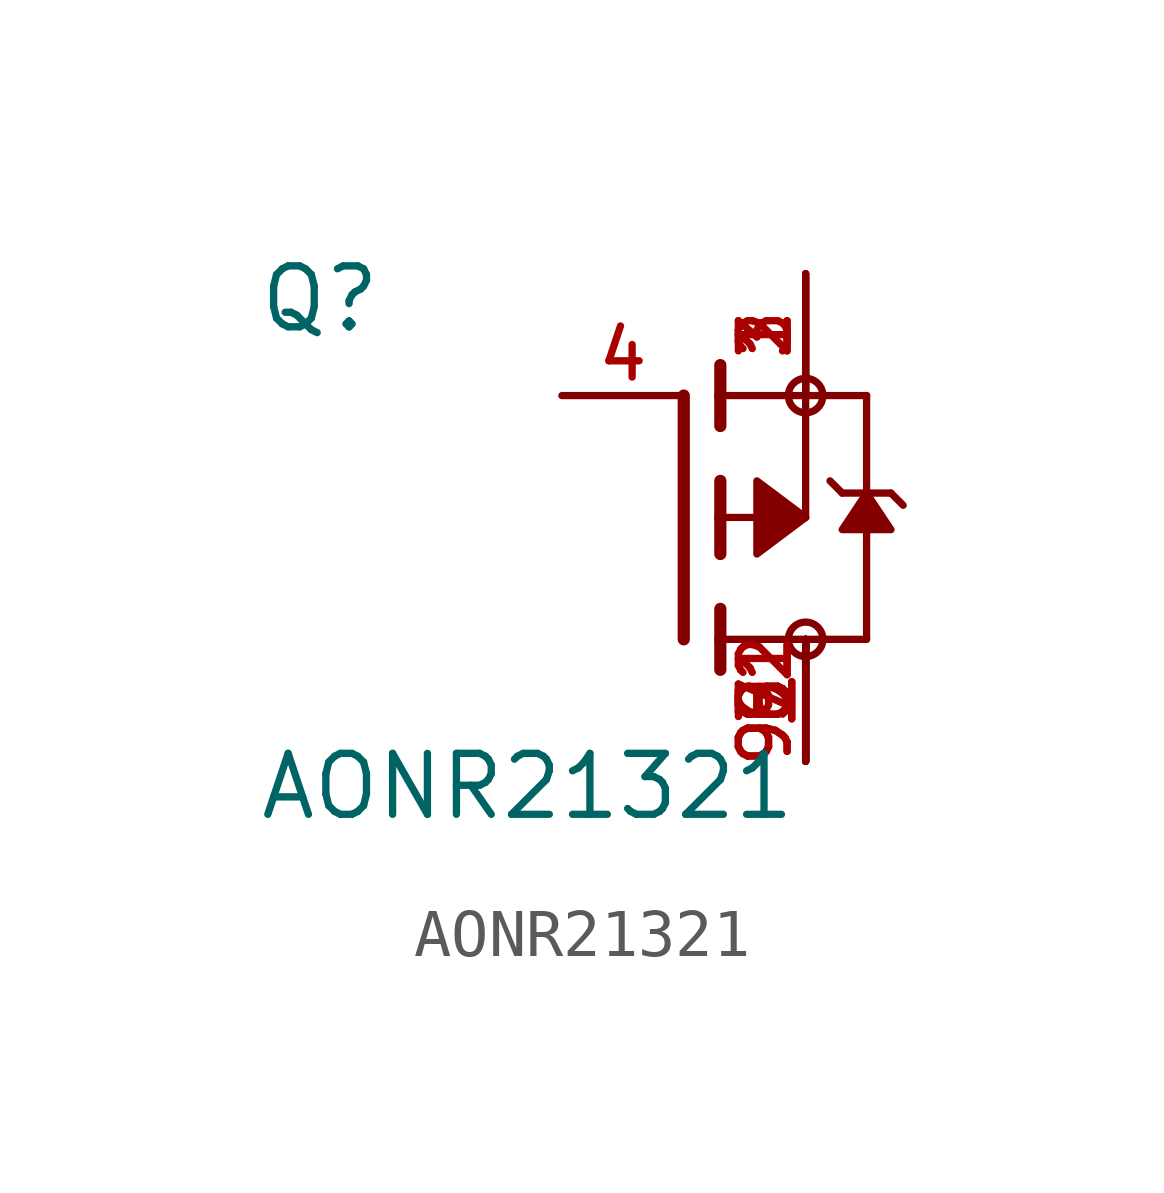
<source format=kicad_sym>
(kicad_symbol_lib
  (version 20211014)
  (generator kicad_symbol_editor)
  (symbol "AONR21321"
    (pin_names
      (offset 1.016))
    (property "Reference" "Q"
      (at -8.89 3.81 0)
      (effects (font (size 1.27 1.27)) (justify bottom left)))
    (property "Value" "AONR21321"
      (at -8.89 -6.35 0)
      (effects (font (size 1.27 1.27)) (justify bottom left)))
    (symbol "AONR21321_0_0"
      (polyline (pts (xy 0.762 -0.762) (xy 0.762 0.0)) (stroke (width 0.254)))
      (polyline (pts (xy 0.762 0.0) (xy 0.762 0.762)) (stroke (width 0.254)))
      (polyline (pts (xy 0.762 -3.175) (xy 0.762 -2.54)) (stroke (width 0.254)))
      (polyline (pts (xy 0.762 -2.54) (xy 0.762 -1.905)) (stroke (width 0.254)))
      (polyline (pts (xy 0.762 0.0) (xy 2.54 0.0)) (stroke (width 0.152)))
      (polyline (pts (xy 2.54 0.0) (xy 2.54 2.54)) (stroke (width 0.152)))
      (polyline (pts (xy 0.762 1.905) (xy 0.762 2.54)) (stroke (width 0.254)))
      (polyline (pts (xy 0.762 2.54) (xy 0.762 3.175)) (stroke (width 0.254)))
      (polyline (pts (xy 0.0 -2.54) (xy 0.0 2.54)) (stroke (width 0.254)))
      (polyline (pts (xy 2.54 2.54) (xy 0.762 2.54)) (stroke (width 0.152)))
      (polyline (pts (xy 3.81 -2.54) (xy 3.81 0.508)) (stroke (width 0.152)))
      (polyline (pts (xy 3.81 0.508) (xy 3.81 2.54)) (stroke (width 0.152)))
      (polyline (pts (xy 2.54 2.54) (xy 3.81 2.54)) (stroke (width 0.152)))
      (polyline (pts (xy 0.762 -2.54) (xy 3.81 -2.54)) (stroke (width 0.152)))
      (polyline (pts (xy 3.048 0.762) (xy 3.302 0.508)) (stroke (width 0.152)))
      (polyline (pts (xy 3.302 0.508) (xy 3.81 0.508)) (stroke (width 0.152)))
      (polyline (pts (xy 3.81 0.508) (xy 4.318 0.508)) (stroke (width 0.152)))
      (polyline (pts (xy 4.318 0.508) (xy 4.572 0.254)) (stroke (width 0.152)))
      (circle (center 2.54 2.54) (radius 0.359) (stroke (width 0.0)) (fill (type none)))
      (circle (center 2.54 -2.54) (radius 0.359) (stroke (width 0.0)) (fill (type none)))
      (polyline (pts (xy 3.81 0.508) (xy 4.318 -0.254) (xy 3.302 -0.254) (xy 3.81 0.508)) (stroke (width 0.152)) (fill (type outline)))
      (polyline (pts (xy 2.54 0.0) (xy 1.524 0.762) (xy 1.524 -0.762) (xy 2.54 0.0)) (stroke (width 0.152)) (fill (type outline)))
      (pin passive line (at 2.54 5.08 270.0) (length 2.54) (name "~" (effects (font (size 1.016 1.016)))) (number "1" (effects (font (size 1.016 1.016)))))
      (pin passive line (at 2.54 5.08 270.0) (length 2.54) (name "~" (effects (font (size 1.016 1.016)))) (number "2" (effects (font (size 1.016 1.016)))))
      (pin passive line (at 2.54 5.08 270.0) (length 2.54) (name "~" (effects (font (size 1.016 1.016)))) (number "3" (effects (font (size 1.016 1.016)))))
      (pin passive line (at -2.54 2.54 0) (length 2.54) (name "~" (effects (font (size 1.016 1.016)))) (number "4" (effects (font (size 1.016 1.016)))))
      (pin passive line (at 2.54 -5.08 90.0) (length 2.54) (name "~" (effects (font (size 1.016 1.016)))) (number "5" (effects (font (size 1.016 1.016)))))
      (pin passive line (at 2.54 -5.08 90.0) (length 2.54) (name "~" (effects (font (size 1.016 1.016)))) (number "6" (effects (font (size 1.016 1.016)))))
      (pin passive line (at 2.54 -5.08 90.0) (length 2.54) (name "~" (effects (font (size 1.016 1.016)))) (number "7" (effects (font (size 1.016 1.016)))))
      (pin passive line (at 2.54 -5.08 90.0) (length 2.54) (name "~" (effects (font (size 1.016 1.016)))) (number "8" (effects (font (size 1.016 1.016)))))
      (pin passive line (at 2.54 -5.08 90.0) (length 2.54) (name "~" (effects (font (size 1.016 1.016)))) (number "9" (effects (font (size 1.016 1.016)))))
      (pin passive line (at 2.54 -5.08 90.0) (length 2.54) (name "~" (effects (font (size 1.016 1.016)))) (number "9_1" (effects (font (size 1.016 1.016)))))
      (pin passive line (at 2.54 -5.08 90.0) (length 2.54) (name "~" (effects (font (size 1.016 1.016)))) (number "9_2" (effects (font (size 1.016 1.016))))))))
</source>
